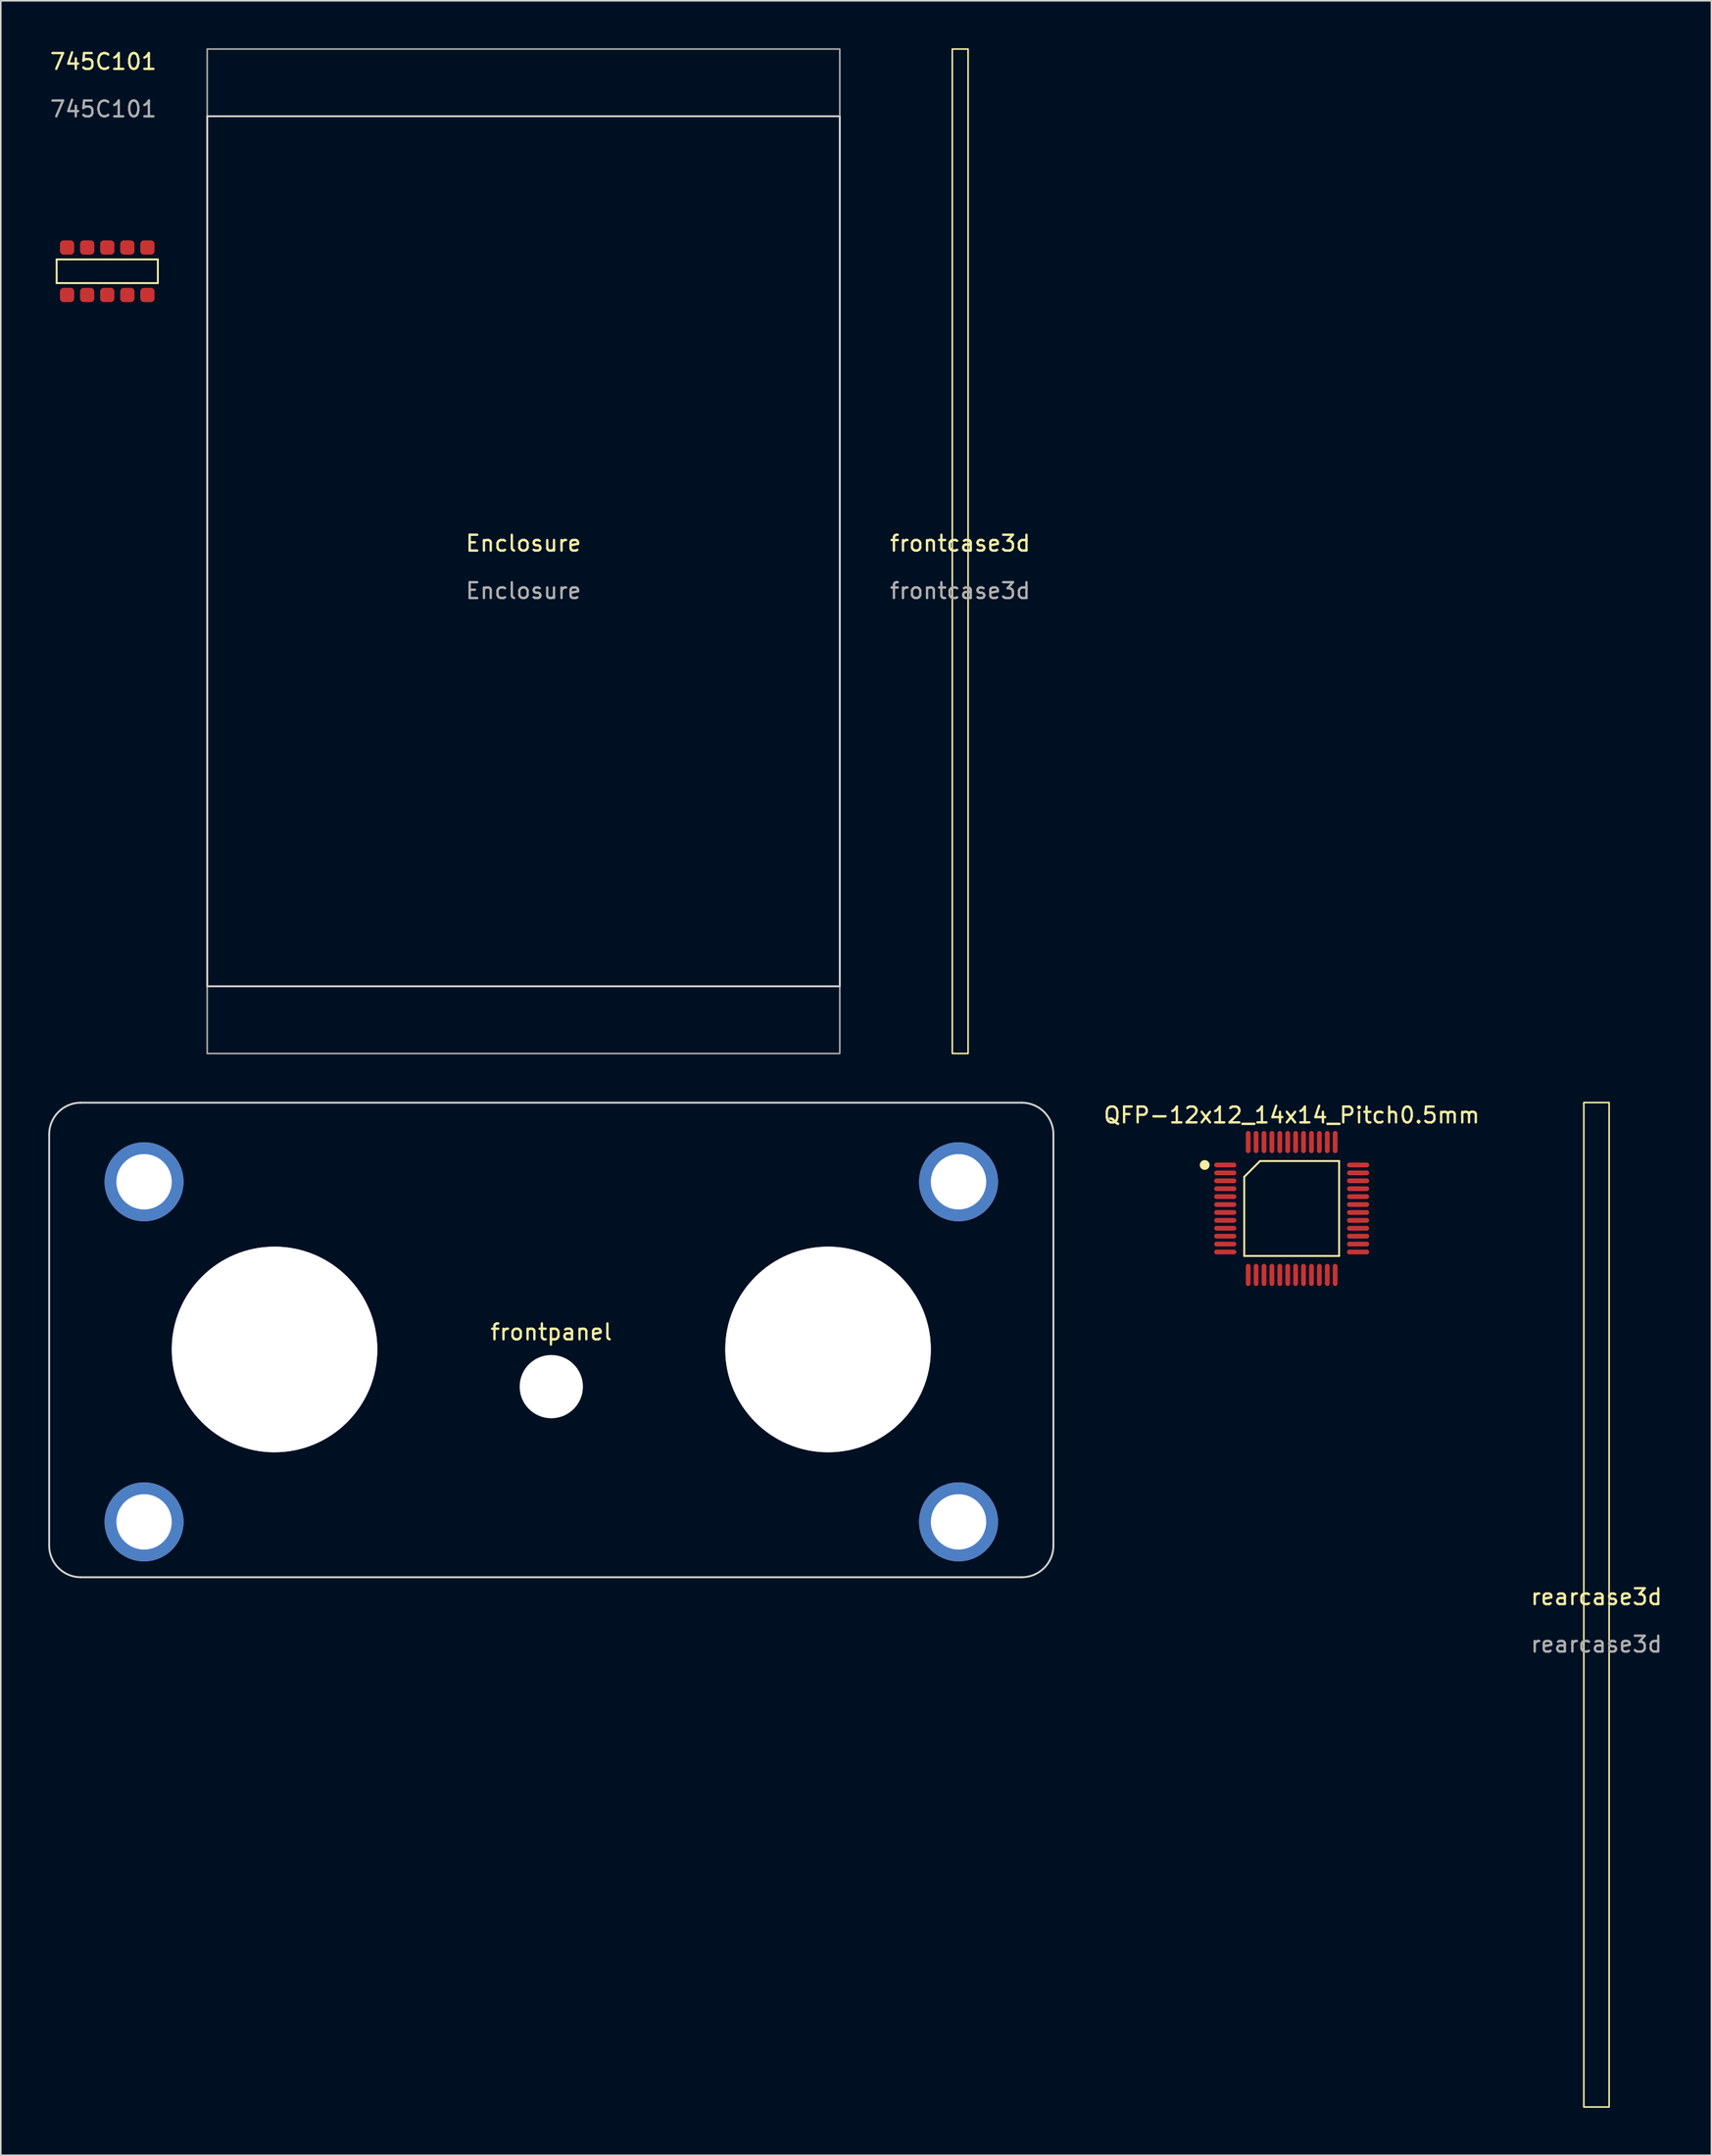
<source format=kicad_pcb>
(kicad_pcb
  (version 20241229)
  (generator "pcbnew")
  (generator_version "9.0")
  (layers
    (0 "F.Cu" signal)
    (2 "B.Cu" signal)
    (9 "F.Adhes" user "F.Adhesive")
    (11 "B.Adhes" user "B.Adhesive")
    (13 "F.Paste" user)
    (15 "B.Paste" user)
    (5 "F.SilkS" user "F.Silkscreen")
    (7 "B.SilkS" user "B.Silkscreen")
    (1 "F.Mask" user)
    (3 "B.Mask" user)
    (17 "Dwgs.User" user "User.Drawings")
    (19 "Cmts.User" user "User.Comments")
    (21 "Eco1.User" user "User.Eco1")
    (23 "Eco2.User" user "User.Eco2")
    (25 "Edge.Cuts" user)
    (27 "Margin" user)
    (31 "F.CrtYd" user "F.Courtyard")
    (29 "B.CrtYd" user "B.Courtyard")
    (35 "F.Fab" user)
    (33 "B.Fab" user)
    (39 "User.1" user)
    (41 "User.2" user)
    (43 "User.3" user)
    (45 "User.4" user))
  (footprint "Enclosure"
    (layer "F.Cu")
    (at 30.052 31.8)
    (property "Reference" "Enclosure" (at 0 -0.5 0) (unlocked yes) (layer "F.SilkS") (effects (font (size 1 1) (thickness 0.15))))
    (fp_rect (start -20 -27.5) (end 20 27.5) (stroke (width 0.12) (type solid)) (fill no) (layer "Edge.Cuts"))
    (fp_rect (start -20 -31.75) (end 20 31.75) (stroke (width 0.1) (type solid)) (fill no) (layer "F.Fab"))
    (fp_text user "${REFERENCE}" (at 0 2.5 0) (unlocked yes) (layer "F.Fab") (effects (font (size 1 1) (thickness 0.15)))))
  (footprint "rearcase3d"
    (layer "F.Cu")
    (at 97.9 98.4)
    (property "Reference" "rearcase3d" (at 0 -0.5 0) (unlocked yes) (layer "F.SilkS") (effects (font (size 1 1) (thickness 0.15))))
    (fp_rect (start -0.8 -31.75) (end 0.8 31.75) (stroke (width 0.1) (type solid)) (fill no) (layer "F.SilkS"))
    (fp_text user "${REFERENCE}" (at 0 2.5 0) (unlocked yes) (layer "F.Fab") (effects (font (size 1 1) (thickness 0.15)))))
  (footprint "QFP-12x12_14x14_Pitch0.5mm"
    (layer "F.Cu")
    (at 78.626 73.348)
    (property "Reference" "QFP-12x12_14x14_Pitch0.5mm" (at 0 -5.9 0) (layer "F.SilkS") (effects (font (size 1 1) (thickness 0.15))))
    (attr through_hole)
    (fp_line (start -3 -2) (end -2 -3) (stroke (width 0.12) (type solid)) (layer "F.SilkS"))
    (fp_line (start -3 3) (end -3 -2) (stroke (width 0.12) (type solid)) (layer "F.SilkS"))
    (fp_line (start -2 -3) (end 3 -3) (stroke (width 0.12) (type solid)) (layer "F.SilkS"))
    (fp_line (start 3 -3) (end 3 3) (stroke (width 0.12) (type solid)) (layer "F.SilkS"))
    (fp_line (start 3 3) (end -3 3) (stroke (width 0.12) (type solid)) (layer "F.SilkS"))
    (fp_circle (center -5.5 -2.75) (end -5.25 -2.75) (stroke (width 0.12) (type solid)) (fill yes) (layer "F.SilkS"))
    (pad "1" smd oval (at -4.2 -2.75 90) (size 0.3 1.4) (layers "F.Cu" "F.Mask" "F.Paste"))
    (pad "2" smd oval (at -4.2 -2.25 90) (size 0.3 1.4) (layers "F.Cu" "F.Mask" "F.Paste"))
    (pad "3" smd oval (at -4.2 -1.75 90) (size 0.3 1.4) (layers "F.Cu" "F.Mask" "F.Paste"))
    (pad "4" smd oval (at -4.2 -1.25 90) (size 0.3 1.4) (layers "F.Cu" "F.Mask" "F.Paste"))
    (pad "5" smd oval (at -4.2 -0.75 90) (size 0.3 1.4) (layers "F.Cu" "F.Mask" "F.Paste"))
    (pad "6" smd oval (at -4.2 -0.25 90) (size 0.3 1.4) (layers "F.Cu" "F.Mask" "F.Paste"))
    (pad "7" smd oval (at -4.2 0.25 90) (size 0.3 1.4) (layers "F.Cu" "F.Mask" "F.Paste"))
    (pad "8" smd oval (at -4.2 0.75 90) (size 0.3 1.4) (layers "F.Cu" "F.Mask" "F.Paste"))
    (pad "9" smd oval (at -4.2 1.25 90) (size 0.3 1.4) (layers "F.Cu" "F.Mask" "F.Paste"))
    (pad "10" smd oval (at -4.2 1.75 90) (size 0.3 1.4) (layers "F.Cu" "F.Mask" "F.Paste"))
    (pad "11" smd oval (at -4.2 2.25 90) (size 0.3 1.4) (layers "F.Cu" "F.Mask" "F.Paste"))
    (pad "12" smd oval (at -4.2 2.75 90) (size 0.3 1.4) (layers "F.Cu" "F.Mask" "F.Paste"))
    (pad "13" smd oval (at -2.75 4.2) (size 0.3 1.4) (layers "F.Cu" "F.Mask" "F.Paste"))
    (pad "14" smd oval (at -2.25 4.2) (size 0.3 1.4) (layers "F.Cu" "F.Mask" "F.Paste"))
    (pad "15" smd oval (at -1.75 4.2) (size 0.3 1.4) (layers "F.Cu" "F.Mask" "F.Paste"))
    (pad "16" smd oval (at -1.25 4.2) (size 0.3 1.4) (layers "F.Cu" "F.Mask" "F.Paste"))
    (pad "17" smd oval (at -0.75 4.2) (size 0.3 1.4) (layers "F.Cu" "F.Mask" "F.Paste"))
    (pad "18" smd oval (at -0.25 4.2) (size 0.3 1.4) (layers "F.Cu" "F.Mask" "F.Paste"))
    (pad "19" smd oval (at 0.25 4.2) (size 0.3 1.4) (layers "F.Cu" "F.Mask" "F.Paste"))
    (pad "20" smd oval (at 0.75 4.2) (size 0.3 1.4) (layers "F.Cu" "F.Mask" "F.Paste"))
    (pad "21" smd oval (at 1.25 4.2) (size 0.3 1.4) (layers "F.Cu" "F.Mask" "F.Paste"))
    (pad "22" smd oval (at 1.75 4.2) (size 0.3 1.4) (layers "F.Cu" "F.Mask" "F.Paste"))
    (pad "23" smd oval (at 2.25 4.2) (size 0.3 1.4) (layers "F.Cu" "F.Mask" "F.Paste"))
    (pad "24" smd oval (at 2.75 4.2) (size 0.3 1.4) (layers "F.Cu" "F.Mask" "F.Paste"))
    (pad "25" smd oval (at 4.2 2.75 90) (size 0.3 1.4) (layers "F.Cu" "F.Mask" "F.Paste"))
    (pad "26" smd oval (at 4.2 2.25 90) (size 0.3 1.4) (layers "F.Cu" "F.Mask" "F.Paste"))
    (pad "27" smd oval (at 4.2 1.75 90) (size 0.3 1.4) (layers "F.Cu" "F.Mask" "F.Paste"))
    (pad "28" smd oval (at 4.2 1.25 90) (size 0.3 1.4) (layers "F.Cu" "F.Mask" "F.Paste"))
    (pad "29" smd oval (at 4.2 0.75 90) (size 0.3 1.4) (layers "F.Cu" "F.Mask" "F.Paste"))
    (pad "30" smd oval (at 4.2 0.25 90) (size 0.3 1.4) (layers "F.Cu" "F.Mask" "F.Paste"))
    (pad "31" smd oval (at 4.2 -0.25 90) (size 0.3 1.4) (layers "F.Cu" "F.Mask" "F.Paste"))
    (pad "32" smd oval (at 4.2 -0.75 90) (size 0.3 1.4) (layers "F.Cu" "F.Mask" "F.Paste"))
    (pad "33" smd oval (at 4.2 -1.25 90) (size 0.3 1.4) (layers "F.Cu" "F.Mask" "F.Paste"))
    (pad "34" smd oval (at 4.2 -1.75 90) (size 0.3 1.4) (layers "F.Cu" "F.Mask" "F.Paste"))
    (pad "35" smd oval (at 4.2 -2.25 90) (size 0.3 1.4) (layers "F.Cu" "F.Mask" "F.Paste"))
    (pad "36" smd oval (at 4.2 -2.75 90) (size 0.3 1.4) (layers "F.Cu" "F.Mask" "F.Paste"))
    (pad "37" smd oval (at 2.75 -4.2) (size 0.3 1.4) (layers "F.Cu" "F.Mask" "F.Paste"))
    (pad "38" smd oval (at 2.25 -4.2) (size 0.3 1.4) (layers "F.Cu" "F.Mask" "F.Paste"))
    (pad "39" smd oval (at 1.75 -4.2) (size 0.3 1.4) (layers "F.Cu" "F.Mask" "F.Paste"))
    (pad "40" smd oval (at 1.25 -4.2) (size 0.3 1.4) (layers "F.Cu" "F.Mask" "F.Paste"))
    (pad "41" smd oval (at 0.75 -4.2) (size 0.3 1.4) (layers "F.Cu" "F.Mask" "F.Paste"))
    (pad "42" smd oval (at 0.25 -4.2) (size 0.3 1.4) (layers "F.Cu" "F.Mask" "F.Paste"))
    (pad "43" smd oval (at -0.25 -4.2) (size 0.3 1.4) (layers "F.Cu" "F.Mask" "F.Paste"))
    (pad "44" smd oval (at -0.75 -4.2) (size 0.3 1.4) (layers "F.Cu" "F.Mask" "F.Paste"))
    (pad "45" smd oval (at -1.25 -4.2) (size 0.3 1.4) (layers "F.Cu" "F.Mask" "F.Paste"))
    (pad "46" smd oval (at -1.75 -4.2) (size 0.3 1.4) (layers "F.Cu" "F.Mask" "F.Paste"))
    (pad "47" smd oval (at -2.25 -4.2) (size 0.3 1.4) (layers "F.Cu" "F.Mask" "F.Paste"))
    (pad "48" smd oval (at -2.75 -4.2) (size 0.3 1.4) (layers "F.Cu" "F.Mask" "F.Paste")))
  (footprint "frontcase3d"
    (layer "F.Cu")
    (at 57.666 31.8)
    (property "Reference" "frontcase3d" (at 0 -0.5 0) (unlocked yes) (layer "F.SilkS") (effects (font (size 1 1) (thickness 0.15))))
    (fp_rect (start -0.5 -31.75) (end 0.5 31.75) (stroke (width 0.1) (type solid)) (fill no) (layer "F.SilkS"))
    (fp_text user "${REFERENCE}" (at 0 2.5 0) (unlocked yes) (layer "F.Fab") (effects (font (size 1 1) (thickness 0.15)))))
  (footprint "frontpanel"
    (layer "F.Cu")
    (at 31.81 81.66)
    (property "Reference" "frontpanel" (at 0 -0.5 0) (unlocked yes) (layer "F.SilkS") (effects (font (size 1 1) (thickness 0.15))))
    (attr through_hole)
    (fp_line (start -31.75 13) (end -31.75 -13) (stroke (width 0.12) (type solid)) (layer "Edge.Cuts"))
    (fp_line (start -29.75 -15) (end 29.75 -15) (stroke (width 0.12) (type solid)) (layer "Edge.Cuts"))
    (fp_line (start 29.75 15) (end -29.75 15) (stroke (width 0.12) (type solid)) (layer "Edge.Cuts"))
    (fp_line (start 31.75 13) (end 31.75 -13) (stroke (width 0.12) (type solid)) (layer "Edge.Cuts"))
    (fp_arc (start -31.75 -13) (mid -31.164214 -14.414214) (end -29.75 -15) (stroke (width 0.12) (type solid)) (layer "Edge.Cuts"))
    (fp_arc (start -29.75 15) (mid -31.164214 14.414214) (end -31.75 13) (stroke (width 0.12) (type solid)) (layer "Edge.Cuts"))
    (fp_arc (start 29.75 -15) (mid 31.164214 -14.414214) (end 31.75 -13) (stroke (width 0.12) (type solid)) (layer "Edge.Cuts"))
    (fp_arc (start 31.75 13) (mid 31.164214 14.414214) (end 29.75 15) (stroke (width 0.12) (type solid)) (layer "Edge.Cuts"))
    (pad "" np_thru_hole circle (at 0 2.95) (size 4 4) (drill 4) (layers "*.Cu" "*.Mask"))
    (pad "1" thru_hole circle (at -25.75 -10) (size 5 5) (drill 3.5) (layers "*.Cu" "*.Mask"))
    (pad "1" thru_hole circle (at -25.75 11.5) (size 5 5) (drill 3.5) (layers "*.Cu" "*.Mask"))
    (pad "1" thru_hole circle (at 25.75 -10) (size 5 5) (drill 3.5) (layers "*.Cu" "*.Mask"))
    (pad "1" thru_hole circle (at 25.75 11.5) (size 5 5) (drill 3.5) (layers "*.Cu" "*.Mask"))
    (pad "2" thru_hole circle (at -17.5 0.6) (size 13 13) (drill 13) (layers "*.Cu" "*.Mask"))
    (pad "2" thru_hole circle (at 17.5 0.6) (size 13 13) (drill 13) (layers "*.Cu" "*.Mask")))
  (footprint "745C101"
    (layer "F.Cu")
    (at 3.732 14.098)
    (property "Reference" "745C101" (at -0.25 -13.25 0) (unlocked yes) (layer "F.SilkS") (effects (font (size 1 1) (thickness 0.15))))
    (attr smd)
    (fp_line (start -3.2 -0.75) (end -3.2 0.75) (stroke (width 0.12) (type solid)) (layer "F.SilkS"))
    (fp_line (start -3.2 -0.75) (end 3.2 -0.75) (stroke (width 0.12) (type solid)) (layer "F.SilkS"))
    (fp_line (start -3.2 0.75) (end 3.2 0.75) (stroke (width 0.12) (type solid)) (layer "F.SilkS"))
    (fp_line (start 3.2 -0.75) (end 3.2 0.75) (stroke (width 0.12) (type solid)) (layer "F.SilkS"))
    (fp_text user "${REFERENCE}" (at -0.25 -10.25 0) (unlocked yes) (layer "F.Fab") (effects (font (size 1 1) (thickness 0.15))))
    (pad "1" smd roundrect (at -2.54 -1.5) (size 0.9 0.9) (layers "F.Cu" "F.Mask" "F.Paste") (roundrect_rratio 0.25))
    (pad "1" smd roundrect (at 2.54 1.5) (size 0.9 0.9) (layers "F.Cu" "F.Mask" "F.Paste") (roundrect_rratio 0.25))
    (pad "2" smd roundrect (at -2.54 1.5) (size 0.9 0.9) (layers "F.Cu" "F.Mask" "F.Paste") (roundrect_rratio 0.25))
    (pad "3" smd roundrect (at -1.27 1.5) (size 0.9 0.9) (layers "F.Cu" "F.Mask" "F.Paste") (roundrect_rratio 0.25))
    (pad "4" smd roundrect (at 0 1.5) (size 0.9 0.9) (layers "F.Cu" "F.Mask" "F.Paste") (roundrect_rratio 0.25))
    (pad "5" smd roundrect (at 1.27 1.5) (size 0.9 0.9) (layers "F.Cu" "F.Mask" "F.Paste") (roundrect_rratio 0.25))
    (pad "6" smd roundrect (at 2.54 -1.5) (size 0.9 0.9) (layers "F.Cu" "F.Mask" "F.Paste") (roundrect_rratio 0.25))
    (pad "7" smd roundrect (at 1.27 -1.5) (size 0.9 0.9) (layers "F.Cu" "F.Mask" "F.Paste") (roundrect_rratio 0.25))
    (pad "8" smd roundrect (at 0 -1.5) (size 0.9 0.9) (layers "F.Cu" "F.Mask" "F.Paste") (roundrect_rratio 0.25))
    (pad "9" smd roundrect (at -1.27 -1.5) (size 0.9 0.9) (layers "F.Cu" "F.Mask" "F.Paste") (roundrect_rratio 0.25)))
  (gr_rect
    (start -3 -3)
    (end 105.168 133.2)
    (stroke (width 0.1) (type default))
    (fill no)
    (layer "Edge.Cuts")))
</source>
